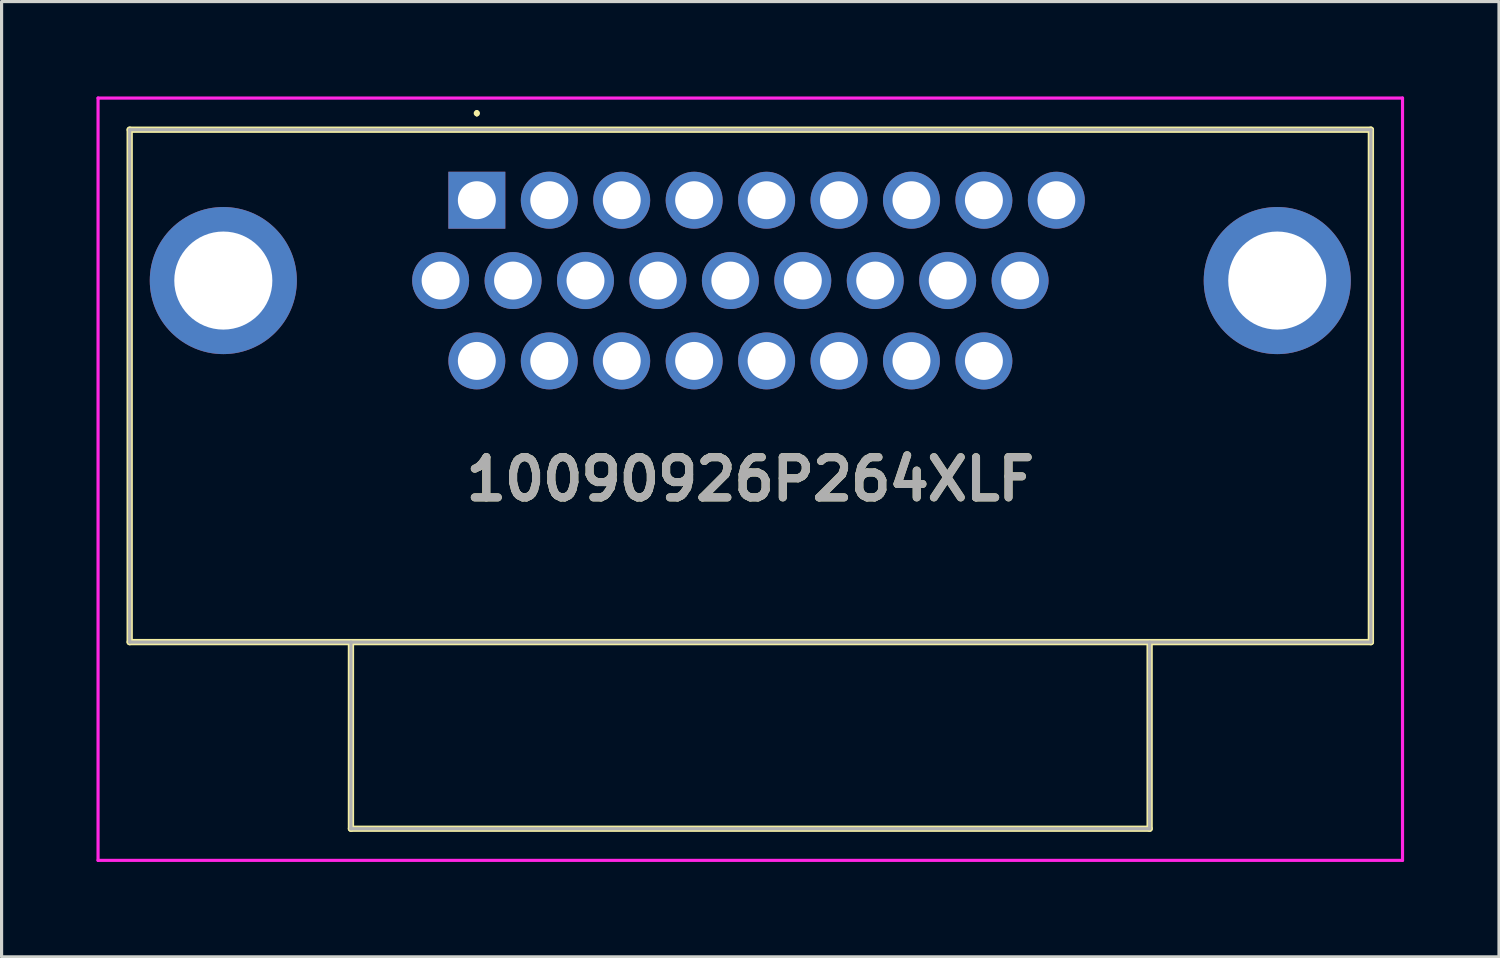
<source format=kicad_pcb>
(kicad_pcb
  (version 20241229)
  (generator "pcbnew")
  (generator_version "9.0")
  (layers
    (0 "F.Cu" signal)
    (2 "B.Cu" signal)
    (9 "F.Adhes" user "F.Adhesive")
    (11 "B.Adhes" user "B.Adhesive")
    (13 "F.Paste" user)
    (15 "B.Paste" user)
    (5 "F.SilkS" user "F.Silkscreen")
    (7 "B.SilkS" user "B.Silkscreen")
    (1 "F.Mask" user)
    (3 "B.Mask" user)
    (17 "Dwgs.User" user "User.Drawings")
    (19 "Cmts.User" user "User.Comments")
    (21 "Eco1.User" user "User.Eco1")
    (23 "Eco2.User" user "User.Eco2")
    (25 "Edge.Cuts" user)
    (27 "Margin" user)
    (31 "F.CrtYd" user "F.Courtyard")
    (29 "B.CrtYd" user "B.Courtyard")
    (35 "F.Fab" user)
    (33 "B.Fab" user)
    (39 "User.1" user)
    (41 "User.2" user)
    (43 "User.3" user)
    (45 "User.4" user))
  (footprint "10090926P264XLF"
    (layer "F.Cu")
    (at 12.025 3.28)
    (property "Reference" "10090926P264XLF" (at 8.645 8.82 0) (layer "F.SilkS") (effects (font (size 1.27 1.27) (thickness 0.254))))
    (attr through_hole)
    (fp_line (start -10.975 -2.23) (end 28.265 -2.23) (stroke (width 0.2) (type solid)) (layer "F.SilkS"))
    (fp_line (start -10.975 13.97) (end -10.975 -2.23) (stroke (width 0.2) (type solid)) (layer "F.SilkS"))
    (fp_line (start -3.98 13.97) (end -3.98 19.87) (stroke (width 0.2) (type solid)) (layer "F.SilkS"))
    (fp_line (start -3.98 19.87) (end 21.27 19.87) (stroke (width 0.2) (type solid)) (layer "F.SilkS"))
    (fp_line (start 0 -2.8) (end 0 -2.8) (stroke (width 0.1) (type solid)) (layer "F.SilkS"))
    (fp_line (start 0 -2.7) (end 0 -2.7) (stroke (width 0.1) (type solid)) (layer "F.SilkS"))
    (fp_line (start 21.27 19.87) (end 21.27 13.97) (stroke (width 0.2) (type solid)) (layer "F.SilkS"))
    (fp_line (start 28.265 -2.23) (end 28.265 13.97) (stroke (width 0.2) (type solid)) (layer "F.SilkS"))
    (fp_line (start 28.265 13.97) (end -10.975 13.97) (stroke (width 0.2) (type solid)) (layer "F.SilkS"))
    (fp_arc (start 0 -2.8) (mid 0.05 -2.75) (end 0 -2.7) (stroke (width 0.1) (type solid)) (layer "F.SilkS"))
    (fp_arc (start 0 -2.7) (mid -0.05 -2.75) (end 0 -2.8) (stroke (width 0.1) (type solid)) (layer "F.SilkS"))
    (fp_line (start -11.975 -3.23) (end 29.265 -3.23) (stroke (width 0.1) (type solid)) (layer "F.CrtYd"))
    (fp_line (start -11.975 20.87) (end -11.975 -3.23) (stroke (width 0.1) (type solid)) (layer "F.CrtYd"))
    (fp_line (start 29.265 -3.23) (end 29.265 20.87) (stroke (width 0.1) (type solid)) (layer "F.CrtYd"))
    (fp_line (start 29.265 20.87) (end -11.975 20.87) (stroke (width 0.1) (type solid)) (layer "F.CrtYd"))
    (fp_line (start -10.975 -2.23) (end 28.265 -2.23) (stroke (width 0.1) (type solid)) (layer "F.Fab"))
    (fp_line (start -10.975 13.97) (end -10.975 -2.23) (stroke (width 0.1) (type solid)) (layer "F.Fab"))
    (fp_line (start -3.98 13.97) (end -3.98 19.87) (stroke (width 0.1) (type solid)) (layer "F.Fab"))
    (fp_line (start -3.98 19.87) (end 21.27 19.87) (stroke (width 0.1) (type solid)) (layer "F.Fab"))
    (fp_line (start 21.27 19.87) (end 21.27 13.97) (stroke (width 0.1) (type solid)) (layer "F.Fab"))
    (fp_line (start 28.265 -2.23) (end 28.265 13.97) (stroke (width 0.1) (type solid)) (layer "F.Fab"))
    (fp_line (start 28.265 13.97) (end -10.975 13.97) (stroke (width 0.1) (type solid)) (layer "F.Fab"))
    (fp_text user "${REFERENCE}" (at 8.645 8.82 0) (layer "F.Fab") (effects (font (size 1.27 1.27) (thickness 0.254))))
    (pad "1" thru_hole rect (at 0 0) (size 1.8 1.8) (drill 1.2) (layers "*.Cu" "*.Mask"))
    (pad "2" thru_hole circle (at 2.29 0) (size 1.8 1.8) (drill 1.2) (layers "*.Cu" "*.Mask"))
    (pad "3" thru_hole circle (at 4.58 0) (size 1.8 1.8) (drill 1.2) (layers "*.Cu" "*.Mask"))
    (pad "4" thru_hole circle (at 6.87 0) (size 1.8 1.8) (drill 1.2) (layers "*.Cu" "*.Mask"))
    (pad "5" thru_hole circle (at 9.16 0) (size 1.8 1.8) (drill 1.2) (layers "*.Cu" "*.Mask"))
    (pad "6" thru_hole circle (at 11.45 0) (size 1.8 1.8) (drill 1.2) (layers "*.Cu" "*.Mask"))
    (pad "7" thru_hole circle (at 13.74 0) (size 1.8 1.8) (drill 1.2) (layers "*.Cu" "*.Mask"))
    (pad "8" thru_hole circle (at 16.03 0) (size 1.8 1.8) (drill 1.2) (layers "*.Cu" "*.Mask"))
    (pad "9" thru_hole circle (at 18.32 0) (size 1.8 1.8) (drill 1.2) (layers "*.Cu" "*.Mask"))
    (pad "10" thru_hole circle (at -1.145 2.54) (size 1.8 1.8) (drill 1.2) (layers "*.Cu" "*.Mask"))
    (pad "11" thru_hole circle (at 1.145 2.54) (size 1.8 1.8) (drill 1.2) (layers "*.Cu" "*.Mask"))
    (pad "12" thru_hole circle (at 3.435 2.54) (size 1.8 1.8) (drill 1.2) (layers "*.Cu" "*.Mask"))
    (pad "13" thru_hole circle (at 5.725 2.54) (size 1.8 1.8) (drill 1.2) (layers "*.Cu" "*.Mask"))
    (pad "14" thru_hole circle (at 8.015 2.54) (size 1.8 1.8) (drill 1.2) (layers "*.Cu" "*.Mask"))
    (pad "15" thru_hole circle (at 10.305 2.54) (size 1.8 1.8) (drill 1.2) (layers "*.Cu" "*.Mask"))
    (pad "16" thru_hole circle (at 12.595 2.54) (size 1.8 1.8) (drill 1.2) (layers "*.Cu" "*.Mask"))
    (pad "17" thru_hole circle (at 14.885 2.54) (size 1.8 1.8) (drill 1.2) (layers "*.Cu" "*.Mask"))
    (pad "18" thru_hole circle (at 17.175 2.54) (size 1.8 1.8) (drill 1.2) (layers "*.Cu" "*.Mask"))
    (pad "19" thru_hole circle (at 0 5.08) (size 1.8 1.8) (drill 1.2) (layers "*.Cu" "*.Mask"))
    (pad "20" thru_hole circle (at 2.29 5.08) (size 1.8 1.8) (drill 1.2) (layers "*.Cu" "*.Mask"))
    (pad "21" thru_hole circle (at 4.58 5.08) (size 1.8 1.8) (drill 1.2) (layers "*.Cu" "*.Mask"))
    (pad "22" thru_hole circle (at 6.87 5.08) (size 1.8 1.8) (drill 1.2) (layers "*.Cu" "*.Mask"))
    (pad "23" thru_hole circle (at 9.16 5.08) (size 1.8 1.8) (drill 1.2) (layers "*.Cu" "*.Mask"))
    (pad "24" thru_hole circle (at 11.45 5.08) (size 1.8 1.8) (drill 1.2) (layers "*.Cu" "*.Mask"))
    (pad "25" thru_hole circle (at 13.74 5.08) (size 1.8 1.8) (drill 1.2) (layers "*.Cu" "*.Mask"))
    (pad "26" thru_hole circle (at 16.03 5.08) (size 1.8 1.8) (drill 1.2) (layers "*.Cu" "*.Mask"))
    (pad "MH1" thru_hole circle (at -8.015 2.54) (size 4.65 4.65) (drill 3.1) (layers "*.Cu" "*.Mask"))
    (pad "MH2" thru_hole circle (at 25.305 2.54) (size 4.65 4.65) (drill 3.1) (layers "*.Cu" "*.Mask")))
  (gr_rect
    (start -3 -3)
    (end 44.34 27.2)
    (stroke (width 0.1) (type default))
    (fill no)
    (layer "Edge.Cuts")))
</source>
